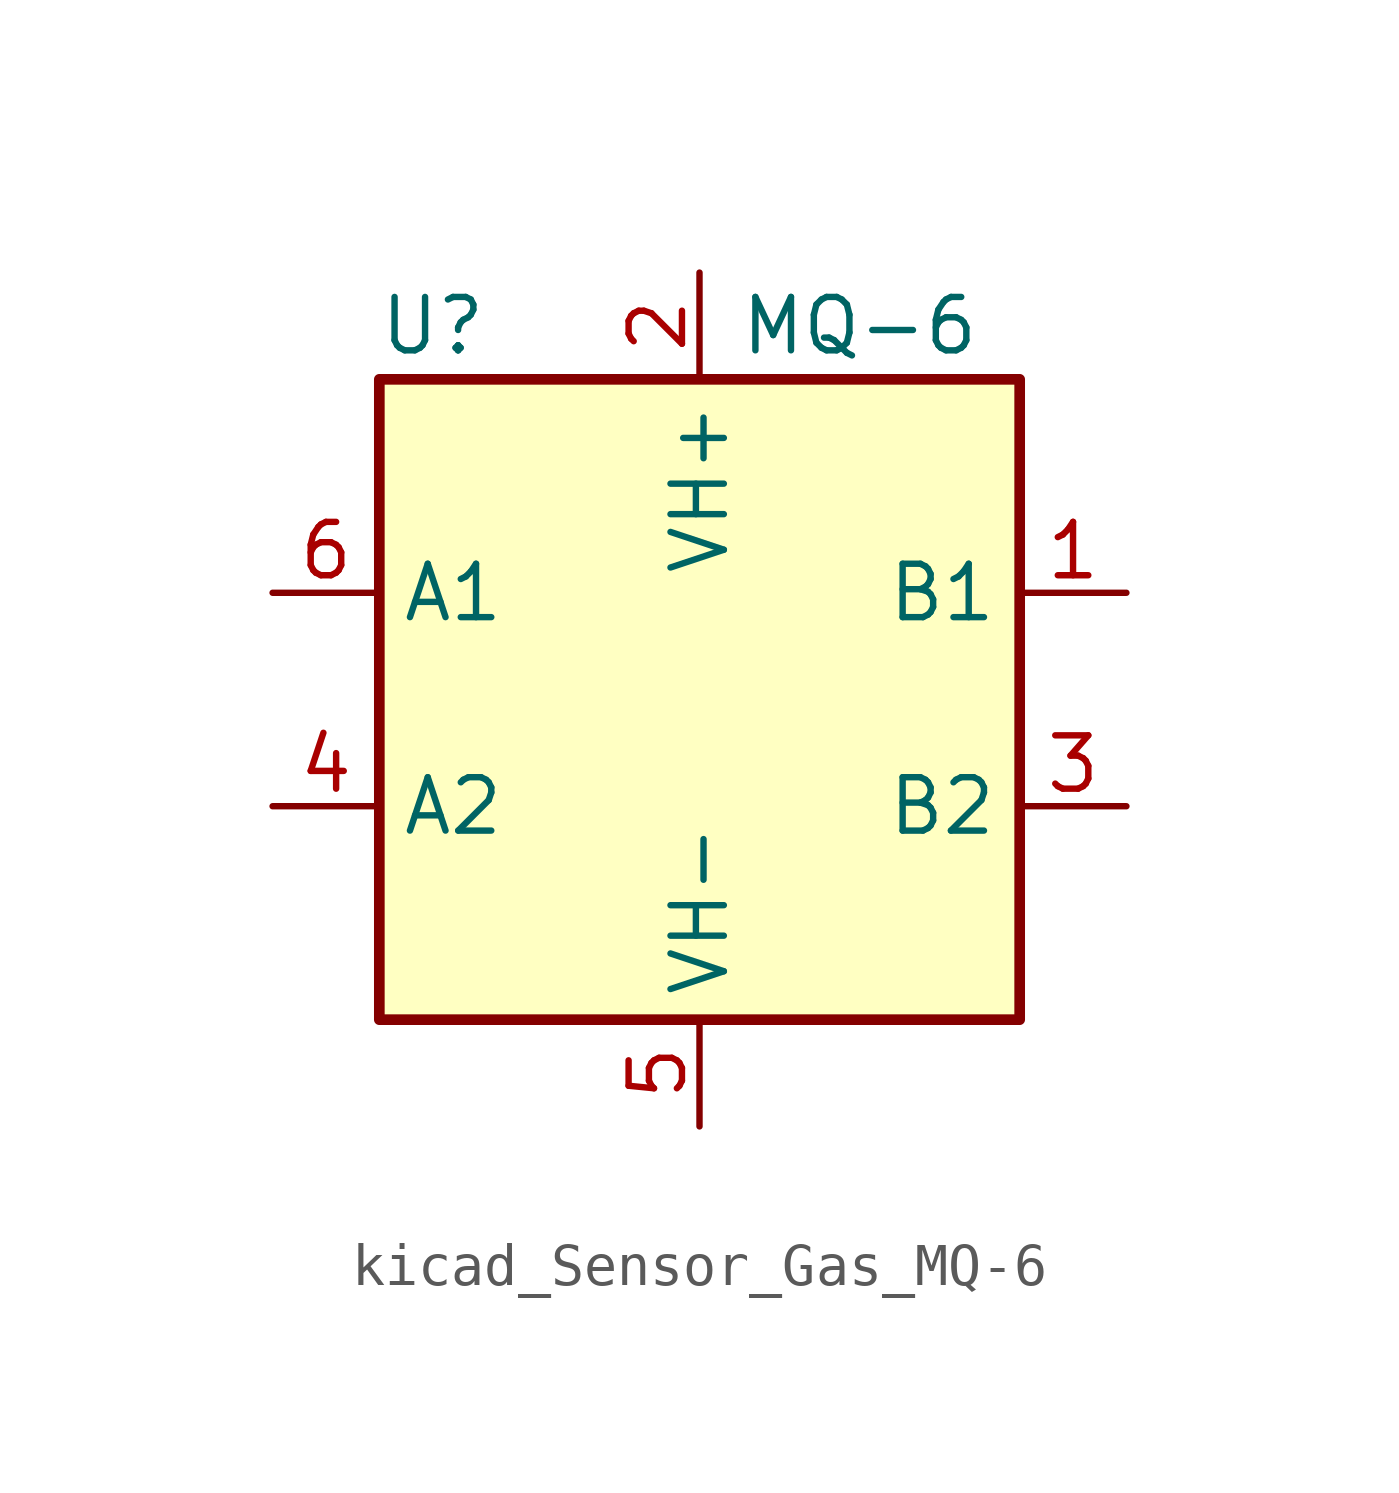
<source format=kicad_sym>
(kicad_symbol_lib
  (version 20220914)
  (generator kicad_symbol_editor)
  (symbol "kicad_Sensor_Gas_MQ-6"
    (property "Reference" "U"
      (at -6.35 8.89 0)
      (effects (font (size 1.27 1.27))))
    (property "Value" "MQ-6"
      (at 3.81 8.89 0)
      (effects (font (size 1.27 1.27))))
    (symbol "kicad_Sensor_Gas_MQ-6_0_1"
      (rectangle (start -7.62 7.62) (end 7.62 -7.62) (stroke (width 0.254) (type default)) (fill (type background))))
    (symbol "kicad_Sensor_Gas_MQ-6_1_1"
      (pin passive line (at 10.16 2.54 180) (length 2.54) (name "B1" (effects (font (size 1.27 1.27)))) (number "1" (effects (font (size 1.27 1.27)))))
      (pin power_in line (at 0 10.16 270) (length 2.54) (name "VH+" (effects (font (size 1.27 1.27)))) (number "2" (effects (font (size 1.27 1.27)))))
      (pin passive line (at 10.16 -2.54 180) (length 2.54) (name "B2" (effects (font (size 1.27 1.27)))) (number "3" (effects (font (size 1.27 1.27)))))
      (pin passive line (at -10.16 -2.54 0) (length 2.54) (name "A2" (effects (font (size 1.27 1.27)))) (number "4" (effects (font (size 1.27 1.27)))))
      (pin power_in line (at 0 -10.16 90) (length 2.54) (name "VH-" (effects (font (size 1.27 1.27)))) (number "5" (effects (font (size 1.27 1.27)))))
      (pin passive line (at -10.16 2.54 0) (length 2.54) (name "A1" (effects (font (size 1.27 1.27)))) (number "6" (effects (font (size 1.27 1.27))))))))
</source>
